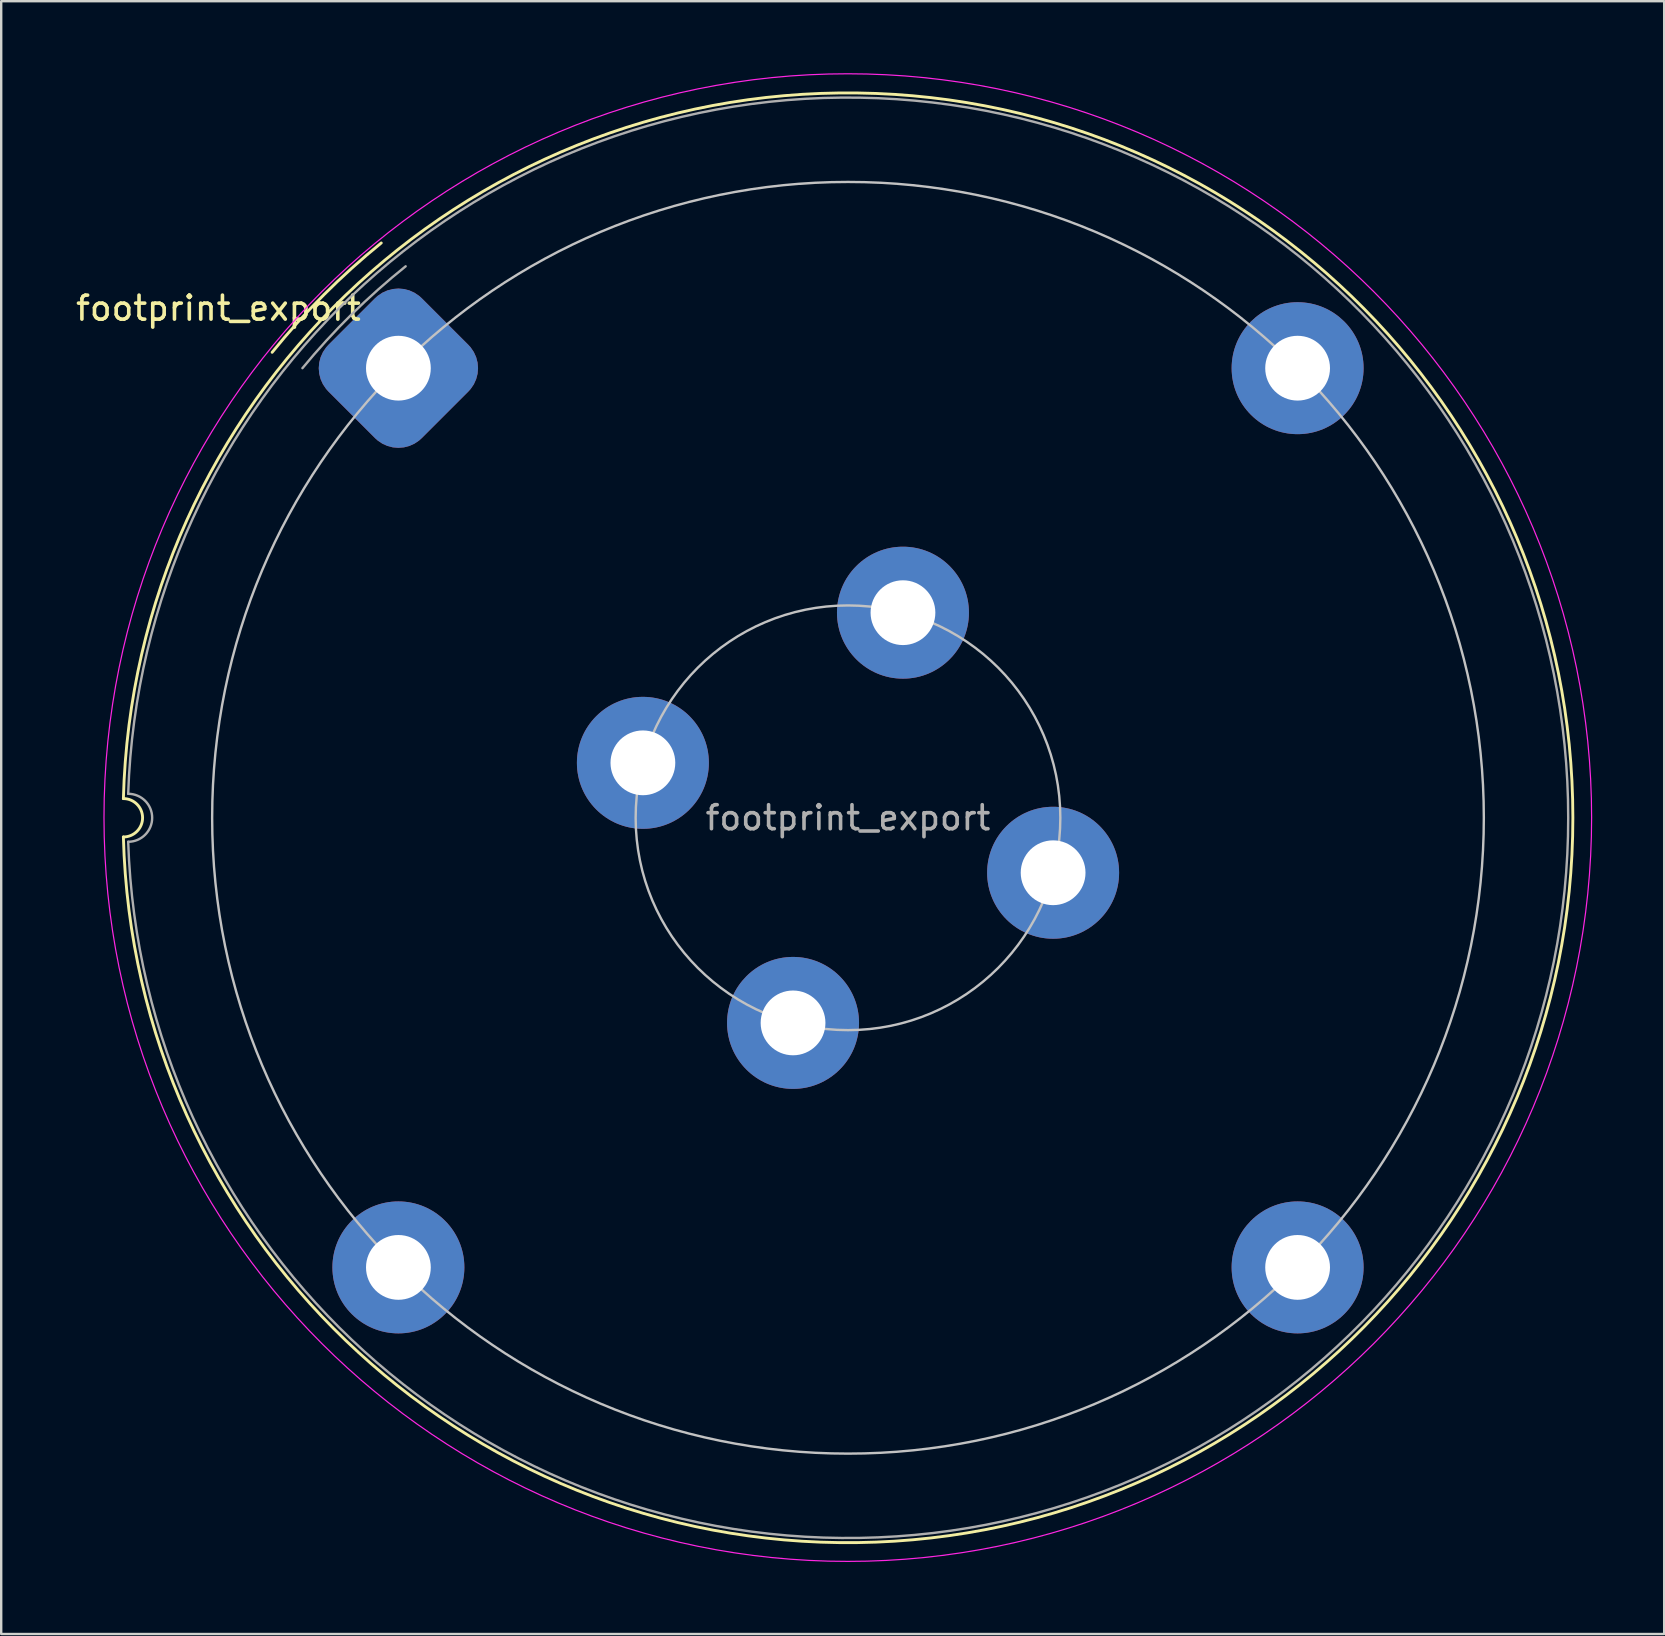
<source format=kicad_pcb>
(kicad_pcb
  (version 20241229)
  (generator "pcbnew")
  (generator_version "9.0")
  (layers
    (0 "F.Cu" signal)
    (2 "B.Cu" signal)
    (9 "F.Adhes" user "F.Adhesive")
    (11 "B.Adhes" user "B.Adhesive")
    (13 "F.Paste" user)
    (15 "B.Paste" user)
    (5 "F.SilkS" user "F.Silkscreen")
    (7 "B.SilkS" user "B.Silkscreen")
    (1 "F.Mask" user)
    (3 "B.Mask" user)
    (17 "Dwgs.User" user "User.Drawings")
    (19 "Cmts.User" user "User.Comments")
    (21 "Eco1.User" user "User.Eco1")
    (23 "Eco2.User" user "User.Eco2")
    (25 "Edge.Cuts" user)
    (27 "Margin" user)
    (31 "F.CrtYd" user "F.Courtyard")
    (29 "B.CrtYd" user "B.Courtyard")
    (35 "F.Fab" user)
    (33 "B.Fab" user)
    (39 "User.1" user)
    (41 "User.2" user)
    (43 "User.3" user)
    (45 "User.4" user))
  (footprint "footprint_export"
    (layer "F.Cu")
    (at 13.554 12.295)
    (property "Reference" "footprint_export" (at -7.5 -2.5 0) (layer "F.SilkS") (effects (font (size 1 1) (thickness 0.15))))
    (attr through_hole)
    (fp_arc (start -11.46167 17.93833) (mid -10.66167 18.73833) (end -11.46167 19.53833) (stroke (width 0.12) (type default)) (layer "F.SilkS"))
    (fp_arc (start -11.46167 17.93833) (mid 48.948922 18.73833) (end -11.46167 19.53833) (stroke (width 0.12) (type default)) (layer "F.SilkS"))
    (fp_arc (start -5.261669 -0.66167) (mid -3.107133 -3.059277) (end -0.714256 -5.219066) (stroke (width 0.12) (type default)) (layer "F.SilkS"))
    (fp_circle (center 18.738 18.738) (end 18.738 -7.762) (stroke (width 0.1) (type default)) (fill no) (layer "Dwgs.User"))
    (fp_circle (center 18.738 18.738) (end 18.738 9.888) (stroke (width 0.1) (type default)) (fill no) (layer "Dwgs.User"))
    (fp_circle (center 18.73 18.73) (end 49.73 18.73) (stroke (width 0.05) (type default)) (fill no) (layer "F.CrtYd"))
    (fp_arc (start -11.26167 17.73833) (mid -10.26167 18.73833) (end -11.26167 19.73833) (stroke (width 0.1) (type default)) (layer "F.Fab"))
    (fp_arc (start -11.26167 17.73833) (mid 48.754992 18.73833) (end -11.26167 19.73833) (stroke (width 0.1) (type default)) (layer "F.Fab"))
    (fp_arc (start -4 0) (mid -1.957859 -2.233661) (end 0.30264 -4.246055) (stroke (width 0.1) (type default)) (layer "F.Fab"))
    (fp_text user "${REFERENCE}" (at 18.738 18.738 0) (layer "F.Fab") (effects (font (size 1 1) (thickness 0.15))))
    (pad "1" thru_hole roundrect (at 0 0 45) (size 5.5 5.5) (drill 2.7) (layers "*.Cu" "*.Mask") (roundrect_rratio 0.25))
    (pad "2" thru_hole circle (at 10.19 16.448 60) (size 5.5 5.5) (drill 2.7) (layers "*.Cu" "*.Mask"))
    (pad "3" thru_hole circle (at 37.477 0 315) (size 5.5 5.5) (drill 2.7) (layers "*.Cu" "*.Mask"))
    (pad "4" thru_hole circle (at 21.029 10.19 330) (size 5.5 5.5) (drill 2.7) (layers "*.Cu" "*.Mask"))
    (pad "5" thru_hole circle (at 37.477 37.477 225) (size 5.5 5.5) (drill 2.7) (layers "*.Cu" "*.Mask"))
    (pad "6" thru_hole circle (at 27.287 21.029 240) (size 5.5 5.5) (drill 2.7) (layers "*.Cu" "*.Mask"))
    (pad "7" thru_hole circle (at 0 37.477 135) (size 5.5 5.5) (drill 2.7) (layers "*.Cu" "*.Mask"))
    (pad "8" thru_hole circle (at 16.448 27.287 150) (size 5.5 5.5) (drill 2.7) (layers "*.Cu" "*.Mask")))
  (gr_rect
    (start -3 -3)
    (end 66.309 65.05)
    (stroke (width 0.1) (type default))
    (fill no)
    (layer "Edge.Cuts")))
</source>
